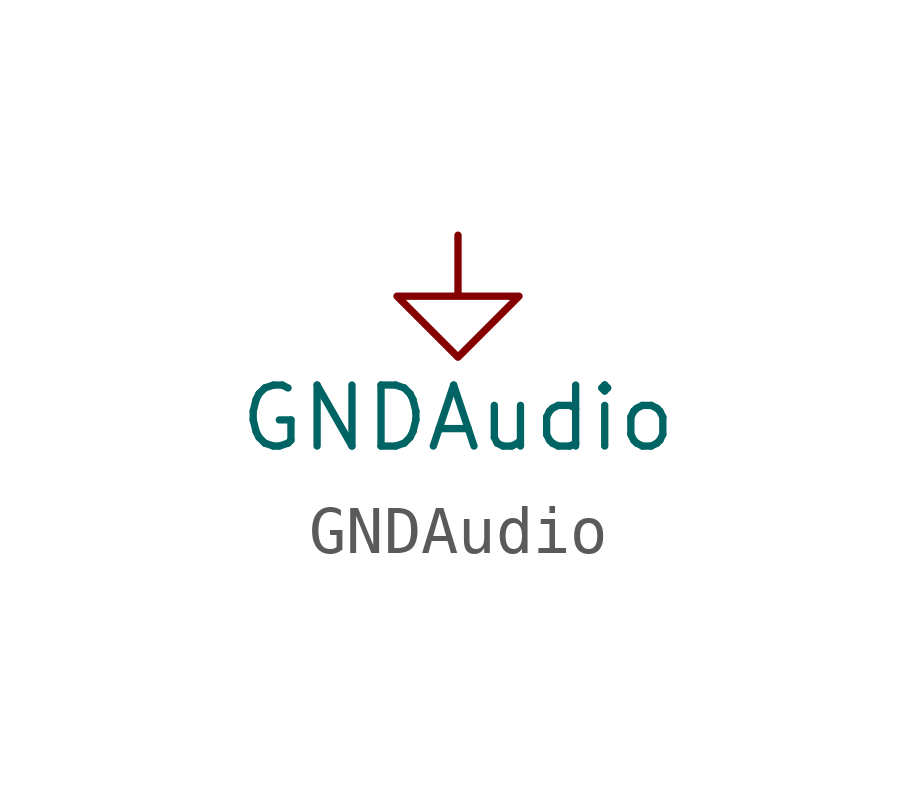
<source format=kicad_sym>
(kicad_symbol_lib
  (version 20211014)
  (generator kicad_symbol_editor)
  (symbol "GNDAudio"
    (power)
    (pin_numbers hide)
    (pin_names
      (offset 0) hide)
    (property "Reference" "#PWR"
      (at 0 -6.35 0)
      (effects (font (size 1.27 1.27)) hide))
    (property "Value" "GNDAudio"
      (at 0 -3.81 0)
      (effects (font (size 1.27 1.27))))
    (symbol "GNDAudio_0_1"
      (polyline (pts (xy 0 0) (xy 0 -1.27) (xy 1.27 -1.27) (xy 0 -2.54) (xy -1.27 -1.27) (xy 0 -1.27)) (stroke (width 0) (type default) (color 0 0 0 0)) (fill (type none))))
    (symbol "GNDAudio_1_1"
      (pin power_in line (at 0 0 270) (length 0) hide (name "GNDA" (effects (font (size 1.27 1.27)))) (number "1" (effects (font (size 1.27 1.27))))))))
</source>
